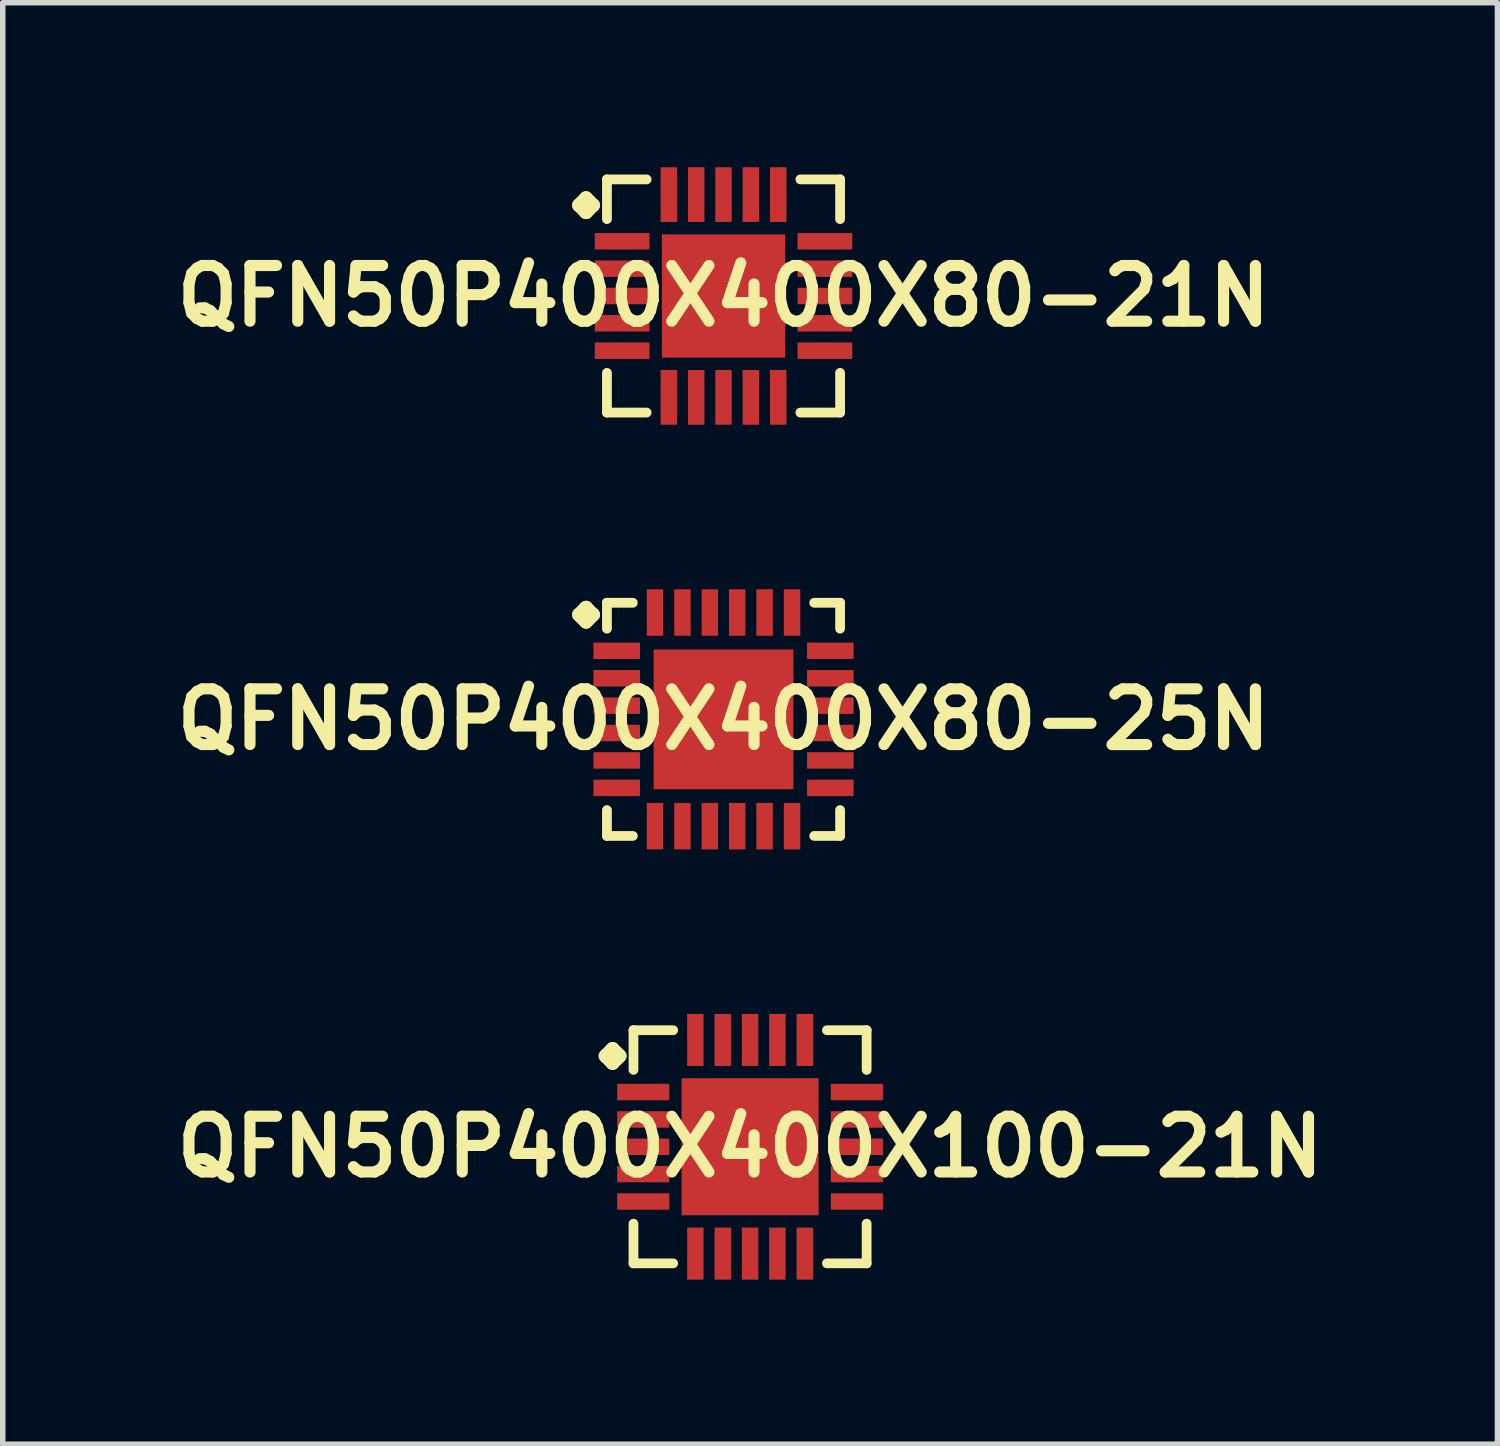
<source format=kicad_pcb>
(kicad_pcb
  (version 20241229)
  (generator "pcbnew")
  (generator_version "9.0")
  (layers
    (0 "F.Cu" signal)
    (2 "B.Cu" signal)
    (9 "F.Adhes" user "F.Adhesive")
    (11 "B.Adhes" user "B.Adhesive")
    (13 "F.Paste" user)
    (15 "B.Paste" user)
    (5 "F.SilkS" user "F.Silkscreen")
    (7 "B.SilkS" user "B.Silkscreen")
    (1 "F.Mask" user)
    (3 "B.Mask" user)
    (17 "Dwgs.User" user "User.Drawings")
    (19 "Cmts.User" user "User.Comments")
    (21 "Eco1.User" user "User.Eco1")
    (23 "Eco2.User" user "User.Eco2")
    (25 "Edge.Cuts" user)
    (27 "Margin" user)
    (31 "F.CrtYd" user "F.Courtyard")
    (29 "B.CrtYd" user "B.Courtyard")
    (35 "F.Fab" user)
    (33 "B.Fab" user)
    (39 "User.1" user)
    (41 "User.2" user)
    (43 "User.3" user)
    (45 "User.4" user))
  (footprint "QFN50P400X400X100-21N"
    (layer "F.Cu")
    (at 10.629 17.864)
    (property "Reference" "QFN50P400X400X100-21N" (at 0 0 0) (layer "F.SilkS") (effects (font (size 1.016 1.016) (thickness 0.203))))
    (attr smd)
    (fp_line (start -2.634 -1.656) (end -2.507 -1.783) (stroke (width 0.254) (type solid)) (layer "F.SilkS"))
    (fp_line (start -2.507 -1.783) (end -2.38 -1.656) (stroke (width 0.254) (type solid)) (layer "F.SilkS"))
    (fp_line (start -2.507 -1.529) (end -2.634 -1.656) (stroke (width 0.254) (type solid)) (layer "F.SilkS"))
    (fp_line (start -2.38 -1.656) (end -2.507 -1.529) (stroke (width 0.254) (type solid)) (layer "F.SilkS"))
    (fp_line (start -2.126 -2.126) (end -1.402 -2.126) (stroke (width 0.178) (type solid)) (layer "F.SilkS"))
    (fp_line (start -2.126 -1.402) (end -2.126 -2.126) (stroke (width 0.178) (type solid)) (layer "F.SilkS"))
    (fp_line (start -2.126 1.402) (end -2.126 2.126) (stroke (width 0.178) (type solid)) (layer "F.SilkS"))
    (fp_line (start -2.126 2.126) (end -1.402 2.126) (stroke (width 0.178) (type solid)) (layer "F.SilkS"))
    (fp_line (start 1.402 -2.126) (end 2.126 -2.126) (stroke (width 0.178) (type solid)) (layer "F.SilkS"))
    (fp_line (start 1.402 2.126) (end 2.126 2.126) (stroke (width 0.178) (type solid)) (layer "F.SilkS"))
    (fp_line (start 2.126 -2.126) (end 2.126 -1.402) (stroke (width 0.178) (type solid)) (layer "F.SilkS"))
    (fp_line (start 2.126 2.126) (end 2.126 1.402) (stroke (width 0.178) (type solid)) (layer "F.SilkS"))
    (pad "1" smd rect (at -1.948 -0.998) (size 0.95 0.3) (layers "F.Cu" "F.Mask" "F.Paste"))
    (pad "2" smd rect (at -1.948 -0.498) (size 0.95 0.3) (layers "F.Cu" "F.Mask" "F.Paste"))
    (pad "3" smd rect (at -1.948 0) (size 0.95 0.3) (layers "F.Cu" "F.Mask" "F.Paste"))
    (pad "4" smd rect (at -1.948 0.498) (size 0.95 0.3) (layers "F.Cu" "F.Mask" "F.Paste"))
    (pad "5" smd rect (at -1.948 0.998) (size 0.95 0.3) (layers "F.Cu" "F.Mask" "F.Paste"))
    (pad "6" smd rect (at -0.998 1.948) (size 0.3 0.95) (layers "F.Cu" "F.Mask" "F.Paste"))
    (pad "7" smd rect (at -0.498 1.948) (size 0.3 0.95) (layers "F.Cu" "F.Mask" "F.Paste"))
    (pad "8" smd rect (at 0 1.948) (size 0.3 0.95) (layers "F.Cu" "F.Mask" "F.Paste"))
    (pad "9" smd rect (at 0.498 1.948) (size 0.3 0.95) (layers "F.Cu" "F.Mask" "F.Paste"))
    (pad "10" smd rect (at 0.998 1.948) (size 0.3 0.95) (layers "F.Cu" "F.Mask" "F.Paste"))
    (pad "11" smd rect (at 1.948 0.998) (size 0.95 0.3) (layers "F.Cu" "F.Mask" "F.Paste"))
    (pad "12" smd rect (at 1.948 0.498) (size 0.95 0.3) (layers "F.Cu" "F.Mask" "F.Paste"))
    (pad "13" smd rect (at 1.948 0) (size 0.95 0.3) (layers "F.Cu" "F.Mask" "F.Paste"))
    (pad "14" smd rect (at 1.948 -0.498) (size 0.95 0.3) (layers "F.Cu" "F.Mask" "F.Paste"))
    (pad "15" smd rect (at 1.948 -0.998) (size 0.95 0.3) (layers "F.Cu" "F.Mask" "F.Paste"))
    (pad "16" smd rect (at 0.998 -1.948) (size 0.3 0.95) (layers "F.Cu" "F.Mask" "F.Paste"))
    (pad "17" smd rect (at 0.498 -1.948) (size 0.3 0.95) (layers "F.Cu" "F.Mask" "F.Paste"))
    (pad "18" smd rect (at 0 -1.948) (size 0.3 0.95) (layers "F.Cu" "F.Mask" "F.Paste"))
    (pad "19" smd rect (at -0.498 -1.948) (size 0.3 0.95) (layers "F.Cu" "F.Mask" "F.Paste"))
    (pad "20" smd rect (at -0.998 -1.948) (size 0.3 0.95) (layers "F.Cu" "F.Mask" "F.Paste"))
    (pad "21" smd rect (at 0 0) (size 2.499 2.499) (layers "F.Cu" "F.Mask" "F.Paste")))
  (footprint "QFN50P400X400X80-25N"
    (layer "F.Cu")
    (at 10.145 10.069)
    (property "Reference" "QFN50P400X400X80-25N" (at 0 0 0) (layer "F.SilkS") (effects (font (size 1.016 1.016) (thickness 0.203))))
    (attr smd)
    (fp_line (start -2.634 -1.908) (end -2.507 -2.035) (stroke (width 0.254) (type solid)) (layer "F.SilkS"))
    (fp_line (start -2.507 -2.035) (end -2.38 -1.908) (stroke (width 0.254) (type solid)) (layer "F.SilkS"))
    (fp_line (start -2.507 -1.781) (end -2.634 -1.908) (stroke (width 0.254) (type solid)) (layer "F.SilkS"))
    (fp_line (start -2.38 -1.908) (end -2.507 -1.781) (stroke (width 0.254) (type solid)) (layer "F.SilkS"))
    (fp_line (start -2.126 -2.126) (end -1.654 -2.126) (stroke (width 0.178) (type solid)) (layer "F.SilkS"))
    (fp_line (start -2.126 -1.654) (end -2.126 -2.126) (stroke (width 0.178) (type solid)) (layer "F.SilkS"))
    (fp_line (start -2.126 1.654) (end -2.126 2.126) (stroke (width 0.178) (type solid)) (layer "F.SilkS"))
    (fp_line (start -2.126 2.126) (end -1.654 2.126) (stroke (width 0.178) (type solid)) (layer "F.SilkS"))
    (fp_line (start 1.654 -2.126) (end 2.126 -2.126) (stroke (width 0.178) (type solid)) (layer "F.SilkS"))
    (fp_line (start 1.654 2.126) (end 2.126 2.126) (stroke (width 0.178) (type solid)) (layer "F.SilkS"))
    (fp_line (start 2.126 -2.126) (end 2.126 -1.654) (stroke (width 0.178) (type solid)) (layer "F.SilkS"))
    (fp_line (start 2.126 2.126) (end 2.126 1.654) (stroke (width 0.178) (type solid)) (layer "F.SilkS"))
    (pad "1" smd rect (at -1.948 -1.25) (size 0.848 0.3) (layers "F.Cu" "F.Mask" "F.Paste"))
    (pad "2" smd rect (at -1.948 -0.749) (size 0.848 0.3) (layers "F.Cu" "F.Mask" "F.Paste"))
    (pad "3" smd rect (at -1.948 -0.249) (size 0.848 0.3) (layers "F.Cu" "F.Mask" "F.Paste"))
    (pad "4" smd rect (at -1.948 0.249) (size 0.848 0.3) (layers "F.Cu" "F.Mask" "F.Paste"))
    (pad "5" smd rect (at -1.948 0.749) (size 0.848 0.3) (layers "F.Cu" "F.Mask" "F.Paste"))
    (pad "6" smd rect (at -1.948 1.25) (size 0.848 0.3) (layers "F.Cu" "F.Mask" "F.Paste"))
    (pad "7" smd rect (at -1.25 1.948) (size 0.3 0.848) (layers "F.Cu" "F.Mask" "F.Paste"))
    (pad "8" smd rect (at -0.749 1.948) (size 0.3 0.848) (layers "F.Cu" "F.Mask" "F.Paste"))
    (pad "9" smd rect (at -0.249 1.948) (size 0.3 0.848) (layers "F.Cu" "F.Mask" "F.Paste"))
    (pad "10" smd rect (at 0.249 1.948) (size 0.3 0.848) (layers "F.Cu" "F.Mask" "F.Paste"))
    (pad "11" smd rect (at 0.749 1.948) (size 0.3 0.848) (layers "F.Cu" "F.Mask" "F.Paste"))
    (pad "12" smd rect (at 1.25 1.948) (size 0.3 0.848) (layers "F.Cu" "F.Mask" "F.Paste"))
    (pad "13" smd rect (at 1.948 1.25) (size 0.848 0.3) (layers "F.Cu" "F.Mask" "F.Paste"))
    (pad "14" smd rect (at 1.948 0.749) (size 0.848 0.3) (layers "F.Cu" "F.Mask" "F.Paste"))
    (pad "15" smd rect (at 1.948 0.249) (size 0.848 0.3) (layers "F.Cu" "F.Mask" "F.Paste"))
    (pad "16" smd rect (at 1.948 -0.249) (size 0.848 0.3) (layers "F.Cu" "F.Mask" "F.Paste"))
    (pad "17" smd rect (at 1.948 -0.749) (size 0.848 0.3) (layers "F.Cu" "F.Mask" "F.Paste"))
    (pad "18" smd rect (at 1.948 -1.25) (size 0.848 0.3) (layers "F.Cu" "F.Mask" "F.Paste"))
    (pad "19" smd rect (at 1.25 -1.948) (size 0.3 0.848) (layers "F.Cu" "F.Mask" "F.Paste"))
    (pad "20" smd rect (at 0.749 -1.948) (size 0.3 0.848) (layers "F.Cu" "F.Mask" "F.Paste"))
    (pad "21" smd rect (at 0.249 -1.948) (size 0.3 0.848) (layers "F.Cu" "F.Mask" "F.Paste"))
    (pad "22" smd rect (at -0.249 -1.948) (size 0.3 0.848) (layers "F.Cu" "F.Mask" "F.Paste"))
    (pad "23" smd rect (at -0.749 -1.948) (size 0.3 0.848) (layers "F.Cu" "F.Mask" "F.Paste"))
    (pad "24" smd rect (at -1.25 -1.948) (size 0.3 0.848) (layers "F.Cu" "F.Mask" "F.Paste"))
    (pad "25" smd rect (at 0 0) (size 2.548 2.548) (layers "F.Cu" "F.Mask" "F.Paste")))
  (footprint "QFN50P400X400X80-21N"
    (layer "F.Cu")
    (at 10.145 2.348)
    (property "Reference" "QFN50P400X400X80-21N" (at 0 0 0) (layer "F.SilkS") (effects (font (size 1.016 1.016) (thickness 0.203))))
    (attr smd)
    (fp_line (start -2.634 -1.656) (end -2.507 -1.783) (stroke (width 0.254) (type solid)) (layer "F.SilkS"))
    (fp_line (start -2.507 -1.783) (end -2.38 -1.656) (stroke (width 0.254) (type solid)) (layer "F.SilkS"))
    (fp_line (start -2.507 -1.529) (end -2.634 -1.656) (stroke (width 0.254) (type solid)) (layer "F.SilkS"))
    (fp_line (start -2.38 -1.656) (end -2.507 -1.529) (stroke (width 0.254) (type solid)) (layer "F.SilkS"))
    (fp_line (start -2.126 -2.126) (end -1.402 -2.126) (stroke (width 0.178) (type solid)) (layer "F.SilkS"))
    (fp_line (start -2.126 -1.402) (end -2.126 -2.126) (stroke (width 0.178) (type solid)) (layer "F.SilkS"))
    (fp_line (start -2.126 1.402) (end -2.126 2.126) (stroke (width 0.178) (type solid)) (layer "F.SilkS"))
    (fp_line (start -2.126 2.126) (end -1.402 2.126) (stroke (width 0.178) (type solid)) (layer "F.SilkS"))
    (fp_line (start 1.402 -2.126) (end 2.126 -2.126) (stroke (width 0.178) (type solid)) (layer "F.SilkS"))
    (fp_line (start 1.402 2.126) (end 2.126 2.126) (stroke (width 0.178) (type solid)) (layer "F.SilkS"))
    (fp_line (start 2.126 -2.126) (end 2.126 -1.402) (stroke (width 0.178) (type solid)) (layer "F.SilkS"))
    (fp_line (start 2.126 2.126) (end 2.126 1.402) (stroke (width 0.178) (type solid)) (layer "F.SilkS"))
    (pad "1" smd rect (at -1.849 -0.998) (size 0.998 0.3) (layers "F.Cu" "F.Mask" "F.Paste"))
    (pad "2" smd rect (at -1.849 -0.498) (size 0.998 0.3) (layers "F.Cu" "F.Mask" "F.Paste"))
    (pad "3" smd rect (at -1.849 0) (size 0.998 0.3) (layers "F.Cu" "F.Mask" "F.Paste"))
    (pad "4" smd rect (at -1.849 0.498) (size 0.998 0.3) (layers "F.Cu" "F.Mask" "F.Paste"))
    (pad "5" smd rect (at -1.849 0.998) (size 0.998 0.3) (layers "F.Cu" "F.Mask" "F.Paste"))
    (pad "6" smd rect (at -0.998 1.849) (size 0.3 0.998) (layers "F.Cu" "F.Mask" "F.Paste"))
    (pad "7" smd rect (at -0.498 1.849) (size 0.3 0.998) (layers "F.Cu" "F.Mask" "F.Paste"))
    (pad "8" smd rect (at 0 1.849) (size 0.3 0.998) (layers "F.Cu" "F.Mask" "F.Paste"))
    (pad "9" smd rect (at 0.498 1.849) (size 0.3 0.998) (layers "F.Cu" "F.Mask" "F.Paste"))
    (pad "10" smd rect (at 0.998 1.849) (size 0.3 0.998) (layers "F.Cu" "F.Mask" "F.Paste"))
    (pad "11" smd rect (at 1.849 0.998) (size 0.998 0.3) (layers "F.Cu" "F.Mask" "F.Paste"))
    (pad "12" smd rect (at 1.849 0.498) (size 0.998 0.3) (layers "F.Cu" "F.Mask" "F.Paste"))
    (pad "13" smd rect (at 1.849 0) (size 0.998 0.3) (layers "F.Cu" "F.Mask" "F.Paste"))
    (pad "14" smd rect (at 1.849 -0.498) (size 0.998 0.3) (layers "F.Cu" "F.Mask" "F.Paste"))
    (pad "15" smd rect (at 1.849 -0.998) (size 0.998 0.3) (layers "F.Cu" "F.Mask" "F.Paste"))
    (pad "16" smd rect (at 0.998 -1.849) (size 0.3 0.998) (layers "F.Cu" "F.Mask" "F.Paste"))
    (pad "17" smd rect (at 0.498 -1.849) (size 0.3 0.998) (layers "F.Cu" "F.Mask" "F.Paste"))
    (pad "18" smd rect (at 0 -1.849) (size 0.3 0.998) (layers "F.Cu" "F.Mask" "F.Paste"))
    (pad "19" smd rect (at -0.498 -1.849) (size 0.3 0.998) (layers "F.Cu" "F.Mask" "F.Paste"))
    (pad "20" smd rect (at -0.998 -1.849) (size 0.3 0.998) (layers "F.Cu" "F.Mask" "F.Paste"))
    (pad "21" smd rect (at 0 0) (size 2.248 2.248) (layers "F.Cu" "F.Mask" "F.Paste")))
  (gr_rect
    (start -3 -3)
    (end 24.259 23.288)
    (stroke (width 0.1) (type default))
    (fill no)
    (layer "Edge.Cuts")))
</source>
